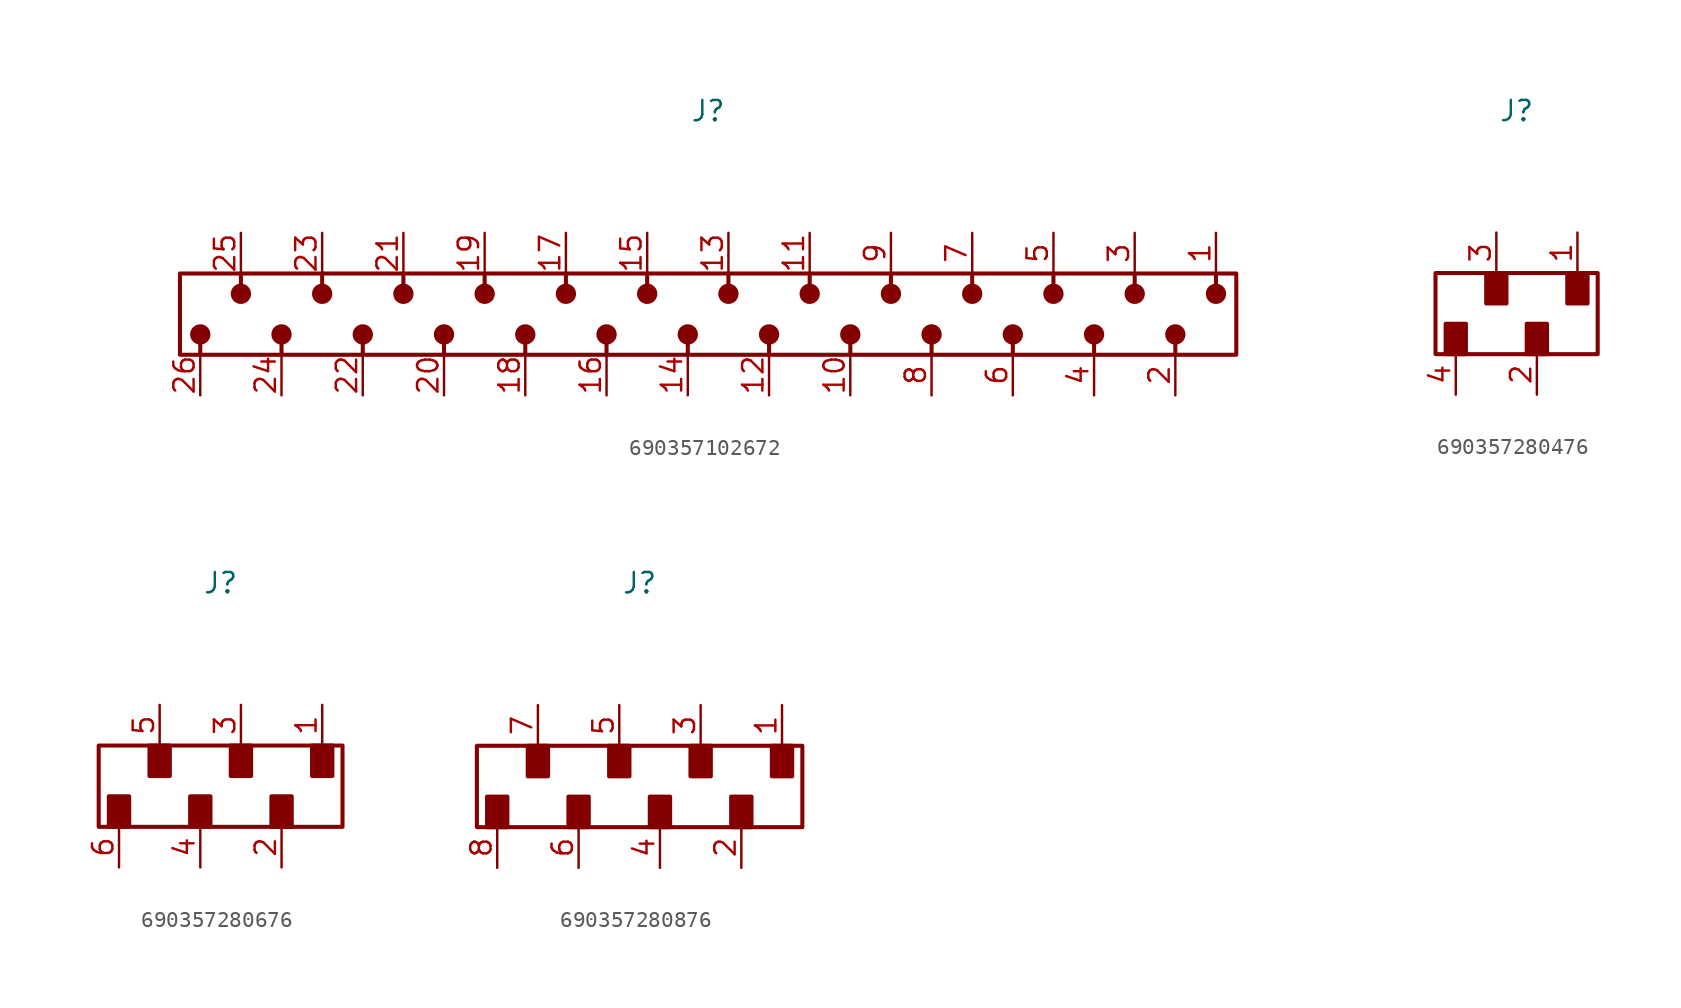
<source format=kicad_sym>
(kicad_symbol_lib
  (version 20241209)
  (generator "kicad_symbol_editor")
  (generator_version "9.0")
  (symbol "690357102672"
    (pin_names
      (hide yes))
    (property "Reference" "J"
      (at 0 12.7 0)
      (effects (font (size 1.27 1.27))))
    (symbol "690357102672_1_1"
      (rectangle (start -33.02 2.54) (end 33.02 -2.54) (stroke (width 0.254) (type solid)) (fill (type none)))
      (circle (center -31.75 -1.27) (radius 0.508) (stroke (width 0.254) (type solid)) (fill (type outline)))
      (polyline (pts (xy -31.75 -1.778) (xy -31.75 -2.54)) (stroke (width 0.254) (type solid)) (fill (type none)))
      (polyline (pts (xy -29.21 1.778) (xy -29.21 2.54)) (stroke (width 0.254) (type solid)) (fill (type none)))
      (circle (center -29.21 1.27) (radius 0.508) (stroke (width 0.254) (type solid)) (fill (type outline)))
      (circle (center -26.67 -1.27) (radius 0.508) (stroke (width 0.254) (type solid)) (fill (type outline)))
      (polyline (pts (xy -26.67 -1.778) (xy -26.67 -2.54)) (stroke (width 0.254) (type solid)) (fill (type none)))
      (polyline (pts (xy -24.13 1.778) (xy -24.13 2.54)) (stroke (width 0.254) (type solid)) (fill (type none)))
      (circle (center -24.13 1.27) (radius 0.508) (stroke (width 0.254) (type solid)) (fill (type outline)))
      (circle (center -21.59 -1.27) (radius 0.508) (stroke (width 0.254) (type solid)) (fill (type outline)))
      (polyline (pts (xy -21.59 -1.778) (xy -21.59 -2.54)) (stroke (width 0.254) (type solid)) (fill (type none)))
      (polyline (pts (xy -19.05 1.778) (xy -19.05 2.54)) (stroke (width 0.254) (type solid)) (fill (type none)))
      (circle (center -19.05 1.27) (radius 0.508) (stroke (width 0.254) (type solid)) (fill (type outline)))
      (circle (center -16.51 -1.27) (radius 0.508) (stroke (width 0.254) (type solid)) (fill (type outline)))
      (polyline (pts (xy -16.51 -1.778) (xy -16.51 -2.54)) (stroke (width 0.254) (type solid)) (fill (type none)))
      (polyline (pts (xy -13.97 1.778) (xy -13.97 2.54)) (stroke (width 0.254) (type solid)) (fill (type none)))
      (circle (center -13.97 1.27) (radius 0.508) (stroke (width 0.254) (type solid)) (fill (type outline)))
      (circle (center -11.43 -1.27) (radius 0.508) (stroke (width 0.254) (type solid)) (fill (type outline)))
      (polyline (pts (xy -11.43 -1.778) (xy -11.43 -2.54)) (stroke (width 0.254) (type solid)) (fill (type none)))
      (polyline (pts (xy -8.89 1.778) (xy -8.89 2.54)) (stroke (width 0.254) (type solid)) (fill (type none)))
      (circle (center -8.89 1.27) (radius 0.508) (stroke (width 0.254) (type solid)) (fill (type outline)))
      (circle (center -6.35 -1.27) (radius 0.508) (stroke (width 0.254) (type solid)) (fill (type outline)))
      (polyline (pts (xy -6.35 -1.778) (xy -6.35 -2.54)) (stroke (width 0.254) (type solid)) (fill (type none)))
      (polyline (pts (xy -3.81 1.778) (xy -3.81 2.54)) (stroke (width 0.254) (type solid)) (fill (type none)))
      (circle (center -3.81 1.27) (radius 0.508) (stroke (width 0.254) (type solid)) (fill (type outline)))
      (circle (center -1.27 -1.27) (radius 0.508) (stroke (width 0.254) (type solid)) (fill (type outline)))
      (polyline (pts (xy -1.27 -1.778) (xy -1.27 -2.54)) (stroke (width 0.254) (type solid)) (fill (type none)))
      (polyline (pts (xy 1.27 1.778) (xy 1.27 2.54)) (stroke (width 0.254) (type solid)) (fill (type none)))
      (circle (center 1.27 1.27) (radius 0.508) (stroke (width 0.254) (type solid)) (fill (type outline)))
      (circle (center 3.81 -1.27) (radius 0.508) (stroke (width 0.254) (type solid)) (fill (type outline)))
      (polyline (pts (xy 3.81 -1.778) (xy 3.81 -2.54)) (stroke (width 0.254) (type solid)) (fill (type none)))
      (polyline (pts (xy 6.35 1.778) (xy 6.35 2.54)) (stroke (width 0.254) (type solid)) (fill (type none)))
      (circle (center 6.35 1.27) (radius 0.508) (stroke (width 0.254) (type solid)) (fill (type outline)))
      (circle (center 8.89 -1.27) (radius 0.508) (stroke (width 0.254) (type solid)) (fill (type outline)))
      (polyline (pts (xy 8.89 -1.778) (xy 8.89 -2.54)) (stroke (width 0.254) (type solid)) (fill (type none)))
      (polyline (pts (xy 11.43 1.778) (xy 11.43 2.54)) (stroke (width 0.254) (type solid)) (fill (type none)))
      (circle (center 11.43 1.27) (radius 0.508) (stroke (width 0.254) (type solid)) (fill (type outline)))
      (circle (center 13.97 -1.27) (radius 0.508) (stroke (width 0.254) (type solid)) (fill (type outline)))
      (polyline (pts (xy 13.97 -1.778) (xy 13.97 -2.54)) (stroke (width 0.254) (type solid)) (fill (type none)))
      (polyline (pts (xy 16.51 1.778) (xy 16.51 2.54)) (stroke (width 0.254) (type solid)) (fill (type none)))
      (circle (center 16.51 1.27) (radius 0.508) (stroke (width 0.254) (type solid)) (fill (type outline)))
      (circle (center 19.05 -1.27) (radius 0.508) (stroke (width 0.254) (type solid)) (fill (type outline)))
      (polyline (pts (xy 19.05 -1.778) (xy 19.05 -2.54)) (stroke (width 0.254) (type solid)) (fill (type none)))
      (polyline (pts (xy 21.59 1.778) (xy 21.59 2.54)) (stroke (width 0.254) (type solid)) (fill (type none)))
      (circle (center 21.59 1.27) (radius 0.508) (stroke (width 0.254) (type solid)) (fill (type outline)))
      (circle (center 24.13 -1.27) (radius 0.508) (stroke (width 0.254) (type solid)) (fill (type outline)))
      (polyline (pts (xy 24.13 -1.778) (xy 24.13 -2.54)) (stroke (width 0.254) (type solid)) (fill (type none)))
      (polyline (pts (xy 26.67 1.778) (xy 26.67 2.54)) (stroke (width 0.254) (type solid)) (fill (type none)))
      (circle (center 26.67 1.27) (radius 0.508) (stroke (width 0.254) (type solid)) (fill (type outline)))
      (circle (center 29.21 -1.27) (radius 0.508) (stroke (width 0.254) (type solid)) (fill (type outline)))
      (polyline (pts (xy 29.21 -1.778) (xy 29.21 -2.54)) (stroke (width 0.254) (type solid)) (fill (type none)))
      (polyline (pts (xy 31.75 1.778) (xy 31.75 2.54)) (stroke (width 0.254) (type solid)) (fill (type none)))
      (circle (center 31.75 1.27) (radius 0.508) (stroke (width 0.254) (type solid)) (fill (type outline)))
      (pin passive line (at -31.75 -5.08 90) (length 2.54) (name "26" (effects (font (size 1.27 1.27)))) (number "26" (effects (font (size 1.27 1.27)))))
      (pin passive line (at -29.21 5.08 270) (length 2.54) (name "25" (effects (font (size 1.27 1.27)))) (number "25" (effects (font (size 1.27 1.27)))))
      (pin passive line (at -26.67 -5.08 90) (length 2.54) (name "24" (effects (font (size 1.27 1.27)))) (number "24" (effects (font (size 1.27 1.27)))))
      (pin passive line (at -24.13 5.08 270) (length 2.54) (name "23" (effects (font (size 1.27 1.27)))) (number "23" (effects (font (size 1.27 1.27)))))
      (pin passive line (at -21.59 -5.08 90) (length 2.54) (name "22" (effects (font (size 1.27 1.27)))) (number "22" (effects (font (size 1.27 1.27)))))
      (pin passive line (at -19.05 5.08 270) (length 2.54) (name "21" (effects (font (size 1.27 1.27)))) (number "21" (effects (font (size 1.27 1.27)))))
      (pin passive line (at -16.51 -5.08 90) (length 2.54) (name "20" (effects (font (size 1.27 1.27)))) (number "20" (effects (font (size 1.27 1.27)))))
      (pin passive line (at -13.97 5.08 270) (length 2.54) (name "19" (effects (font (size 1.27 1.27)))) (number "19" (effects (font (size 1.27 1.27)))))
      (pin passive line (at -11.43 -5.08 90) (length 2.54) (name "18" (effects (font (size 1.27 1.27)))) (number "18" (effects (font (size 1.27 1.27)))))
      (pin passive line (at -8.89 5.08 270) (length 2.54) (name "17" (effects (font (size 1.27 1.27)))) (number "17" (effects (font (size 1.27 1.27)))))
      (pin passive line (at -6.35 -5.08 90) (length 2.54) (name "16" (effects (font (size 1.27 1.27)))) (number "16" (effects (font (size 1.27 1.27)))))
      (pin passive line (at -3.81 5.08 270) (length 2.54) (name "15" (effects (font (size 1.27 1.27)))) (number "15" (effects (font (size 1.27 1.27)))))
      (pin passive line (at -1.27 -5.08 90) (length 2.54) (name "14" (effects (font (size 1.27 1.27)))) (number "14" (effects (font (size 1.27 1.27)))))
      (pin passive line (at 1.27 5.08 270) (length 2.54) (name "13" (effects (font (size 1.27 1.27)))) (number "13" (effects (font (size 1.27 1.27)))))
      (pin passive line (at 3.81 -5.08 90) (length 2.54) (name "12" (effects (font (size 1.27 1.27)))) (number "12" (effects (font (size 1.27 1.27)))))
      (pin passive line (at 6.35 5.08 270) (length 2.54) (name "11" (effects (font (size 1.27 1.27)))) (number "11" (effects (font (size 1.27 1.27)))))
      (pin passive line (at 8.89 -5.08 90) (length 2.54) (name "10" (effects (font (size 1.27 1.27)))) (number "10" (effects (font (size 1.27 1.27)))))
      (pin passive line (at 11.43 5.08 270) (length 2.54) (name "9" (effects (font (size 1.27 1.27)))) (number "9" (effects (font (size 1.27 1.27)))))
      (pin passive line (at 13.97 -5.08 90) (length 2.54) (name "8" (effects (font (size 1.27 1.27)))) (number "8" (effects (font (size 1.27 1.27)))))
      (pin passive line (at 16.51 5.08 270) (length 2.54) (name "7" (effects (font (size 1.27 1.27)))) (number "7" (effects (font (size 1.27 1.27)))))
      (pin passive line (at 19.05 -5.08 90) (length 2.54) (name "6" (effects (font (size 1.27 1.27)))) (number "6" (effects (font (size 1.27 1.27)))))
      (pin passive line (at 21.59 5.08 270) (length 2.54) (name "5" (effects (font (size 1.27 1.27)))) (number "5" (effects (font (size 1.27 1.27)))))
      (pin passive line (at 24.13 -5.08 90) (length 2.54) (name "4" (effects (font (size 1.27 1.27)))) (number "4" (effects (font (size 1.27 1.27)))))
      (pin passive line (at 26.67 5.08 270) (length 2.54) (name "3" (effects (font (size 1.27 1.27)))) (number "3" (effects (font (size 1.27 1.27)))))
      (pin passive line (at 29.21 -5.08 90) (length 2.54) (name "2" (effects (font (size 1.27 1.27)))) (number "2" (effects (font (size 1.27 1.27)))))
      (pin passive line (at 31.75 5.08 270) (length 2.54) (name "1" (effects (font (size 1.27 1.27)))) (number "1" (effects (font (size 1.27 1.27)))))))
  (symbol "690357280476"
    (pin_names
      (hide yes))
    (property "Reference" "J"
      (at 0 12.7 0)
      (effects (font (size 1.27 1.27))))
    (symbol "690357280476_1_1"
      (rectangle (start -3.175 -2.54) (end -4.445 -0.635) (stroke (width 0.254) (type solid)) (fill (type outline)))
      (rectangle (start -0.635 0.635) (end -1.905 2.54) (stroke (width 0.254) (type solid)) (fill (type outline)))
      (rectangle (start 1.905 -2.54) (end 0.635 -0.635) (stroke (width 0.254) (type solid)) (fill (type outline)))
      (rectangle (start 4.445 0.635) (end 3.175 2.54) (stroke (width 0.254) (type solid)) (fill (type outline)))
      (rectangle (start 5.08 -2.54) (end -5.08 2.54) (stroke (width 0.254) (type solid)) (fill (type none)))
      (pin passive line (at -3.81 -5.08 90) (length 2.54) (name "4" (effects (font (size 1.27 1.27)))) (number "4" (effects (font (size 1.27 1.27)))))
      (pin passive line (at -1.27 5.08 270) (length 2.54) (name "3" (effects (font (size 1.27 1.27)))) (number "3" (effects (font (size 1.27 1.27)))))
      (pin passive line (at 1.27 -5.08 90) (length 2.54) (name "2" (effects (font (size 1.27 1.27)))) (number "2" (effects (font (size 1.27 1.27)))))
      (pin passive line (at 3.81 5.08 270) (length 2.54) (name "1" (effects (font (size 1.27 1.27)))) (number "1" (effects (font (size 1.27 1.27)))))))
  (symbol "690357280676"
    (pin_names
      (hide yes))
    (property "Reference" "J"
      (at 0 12.7 0)
      (effects (font (size 1.27 1.27))))
    (symbol "690357280676_1_1"
      (rectangle (start -7.62 2.54) (end 7.62 -2.54) (stroke (width 0.254) (type solid)) (fill (type none)))
      (rectangle (start -5.715 -2.54) (end -6.985 -0.635) (stroke (width 0.254) (type solid)) (fill (type outline)))
      (rectangle (start -3.175 0.635) (end -4.445 2.54) (stroke (width 0.254) (type solid)) (fill (type outline)))
      (rectangle (start -0.635 -2.54) (end -1.905 -0.635) (stroke (width 0.254) (type solid)) (fill (type outline)))
      (rectangle (start 1.905 0.635) (end 0.635 2.54) (stroke (width 0.254) (type solid)) (fill (type outline)))
      (rectangle (start 4.445 -2.54) (end 3.175 -0.635) (stroke (width 0.254) (type solid)) (fill (type outline)))
      (rectangle (start 6.985 0.635) (end 5.715 2.54) (stroke (width 0.254) (type solid)) (fill (type outline)))
      (pin passive line (at -6.35 -5.08 90) (length 2.54) (name "6" (effects (font (size 1.27 1.27)))) (number "6" (effects (font (size 1.27 1.27)))))
      (pin passive line (at -3.81 5.08 270) (length 2.54) (name "5" (effects (font (size 1.27 1.27)))) (number "5" (effects (font (size 1.27 1.27)))))
      (pin passive line (at -1.27 -5.08 90) (length 2.54) (name "4" (effects (font (size 1.27 1.27)))) (number "4" (effects (font (size 1.27 1.27)))))
      (pin passive line (at 1.27 5.08 270) (length 2.54) (name "3" (effects (font (size 1.27 1.27)))) (number "3" (effects (font (size 1.27 1.27)))))
      (pin passive line (at 3.81 -5.08 90) (length 2.54) (name "2" (effects (font (size 1.27 1.27)))) (number "2" (effects (font (size 1.27 1.27)))))
      (pin passive line (at 6.35 5.08 270) (length 2.54) (name "1" (effects (font (size 1.27 1.27)))) (number "1" (effects (font (size 1.27 1.27)))))))
  (symbol "690357280876"
    (pin_names
      (hide yes))
    (property "Reference" "J"
      (at 0 12.7 0)
      (effects (font (size 1.27 1.27))))
    (symbol "690357280876_1_1"
      (rectangle (start -10.16 2.54) (end 10.16 -2.54) (stroke (width 0.254) (type solid)) (fill (type none)))
      (rectangle (start -8.255 -2.54) (end -9.525 -0.635) (stroke (width 0.254) (type solid)) (fill (type outline)))
      (rectangle (start -5.715 0.635) (end -6.985 2.54) (stroke (width 0.254) (type solid)) (fill (type outline)))
      (rectangle (start -3.175 -2.54) (end -4.445 -0.635) (stroke (width 0.254) (type solid)) (fill (type outline)))
      (rectangle (start -0.635 0.635) (end -1.905 2.54) (stroke (width 0.254) (type solid)) (fill (type outline)))
      (rectangle (start 1.905 -2.54) (end 0.635 -0.635) (stroke (width 0.254) (type solid)) (fill (type outline)))
      (rectangle (start 4.445 0.635) (end 3.175 2.54) (stroke (width 0.254) (type solid)) (fill (type outline)))
      (rectangle (start 6.985 -2.54) (end 5.715 -0.635) (stroke (width 0.254) (type solid)) (fill (type outline)))
      (rectangle (start 9.525 0.635) (end 8.255 2.54) (stroke (width 0.254) (type solid)) (fill (type outline)))
      (pin passive line (at -8.89 -5.08 90) (length 2.54) (name "8" (effects (font (size 1.27 1.27)))) (number "8" (effects (font (size 1.27 1.27)))))
      (pin passive line (at -6.35 5.08 270) (length 2.54) (name "7" (effects (font (size 1.27 1.27)))) (number "7" (effects (font (size 1.27 1.27)))))
      (pin passive line (at -3.81 -5.08 90) (length 2.54) (name "6" (effects (font (size 1.27 1.27)))) (number "6" (effects (font (size 1.27 1.27)))))
      (pin passive line (at -1.27 5.08 270) (length 2.54) (name "5" (effects (font (size 1.27 1.27)))) (number "5" (effects (font (size 1.27 1.27)))))
      (pin passive line (at 1.27 -5.08 90) (length 2.54) (name "4" (effects (font (size 1.27 1.27)))) (number "4" (effects (font (size 1.27 1.27)))))
      (pin passive line (at 3.81 5.08 270) (length 2.54) (name "3" (effects (font (size 1.27 1.27)))) (number "3" (effects (font (size 1.27 1.27)))))
      (pin passive line (at 6.35 -5.08 90) (length 2.54) (name "2" (effects (font (size 1.27 1.27)))) (number "2" (effects (font (size 1.27 1.27)))))
      (pin passive line (at 8.89 5.08 270) (length 2.54) (name "1" (effects (font (size 1.27 1.27)))) (number "1" (effects (font (size 1.27 1.27))))))))
</source>
